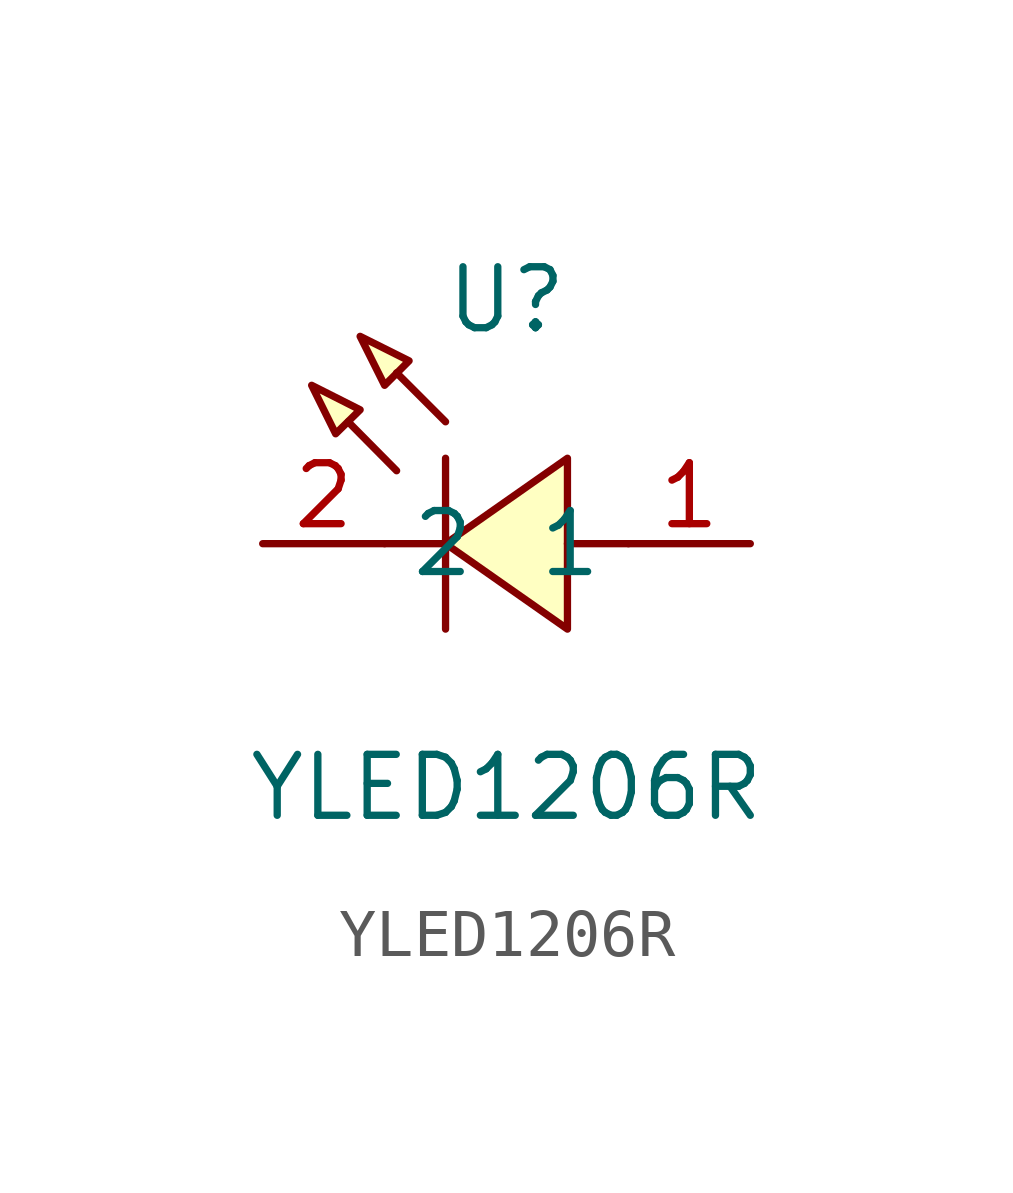
<source format=kicad_sym>
(kicad_symbol_lib
  (version 20211014)
  (generator https://github.com/uPesy/easyeda2kicad.py)
  (symbol "YLED1206R"
    (property "Reference" "U"
      (at 0 5.08 0)
      (effects (font (size 1.27 1.27))))
    (property "Value" "YLED1206R"
      (at 0 -5.08 0)
      (effects (font (size 1.27 1.27))))
    (symbol "YLED1206R_0_1"
      (polyline (pts (xy -4.06 3.30) (xy -3.05 2.79) (xy -3.56 2.29) (xy -4.06 3.30)) (stroke (width 0) (type default) (color 0 0 0 0)) (fill (type background)))
      (polyline (pts (xy -3.05 4.32) (xy -2.03 3.81) (xy -2.54 3.30) (xy -3.05 4.32)) (stroke (width 0) (type default) (color 0 0 0 0)) (fill (type background)))
      (polyline (pts (xy 1.27 1.78) (xy -1.27 -0.00) (xy 1.27 -1.78) (xy 1.27 1.78)) (stroke (width 0) (type default) (color 0 0 0 0)) (fill (type background)))
      (polyline (pts (xy -2.29 1.52) (xy -3.30 2.54) (xy -2.29 1.52)) (stroke (width 0) (type default) (color 0 0 0 0)) (fill (type background)))
      (polyline (pts (xy -1.27 2.54) (xy -2.29 3.56) (xy -1.27 2.54)) (stroke (width 0) (type default) (color 0 0 0 0)) (fill (type background)))
      (polyline (pts (xy -1.27 -0.00) (xy -2.54 -0.00)) (stroke (width 0) (type default) (color 0 0 0 0)) (fill (type none)))
      (polyline (pts (xy 2.54 -0.00) (xy 1.27 -0.00)) (stroke (width 0) (type default) (color 0 0 0 0)) (fill (type none)))
      (polyline (pts (xy -1.27 1.78) (xy -1.27 -1.78)) (stroke (width 0) (type default) (color 0 0 0 0)) (fill (type none)))
      (pin unspecified line (at -5.08 -0.00 0) (length 2.54) (name "2" (effects (font (size 1.27 1.27)))) (number "2" (effects (font (size 1.27 1.27)))))
      (pin unspecified line (at 5.08 -0.00 180) (length 2.54) (name "1" (effects (font (size 1.27 1.27)))) (number "1" (effects (font (size 1.27 1.27))))))))
</source>
